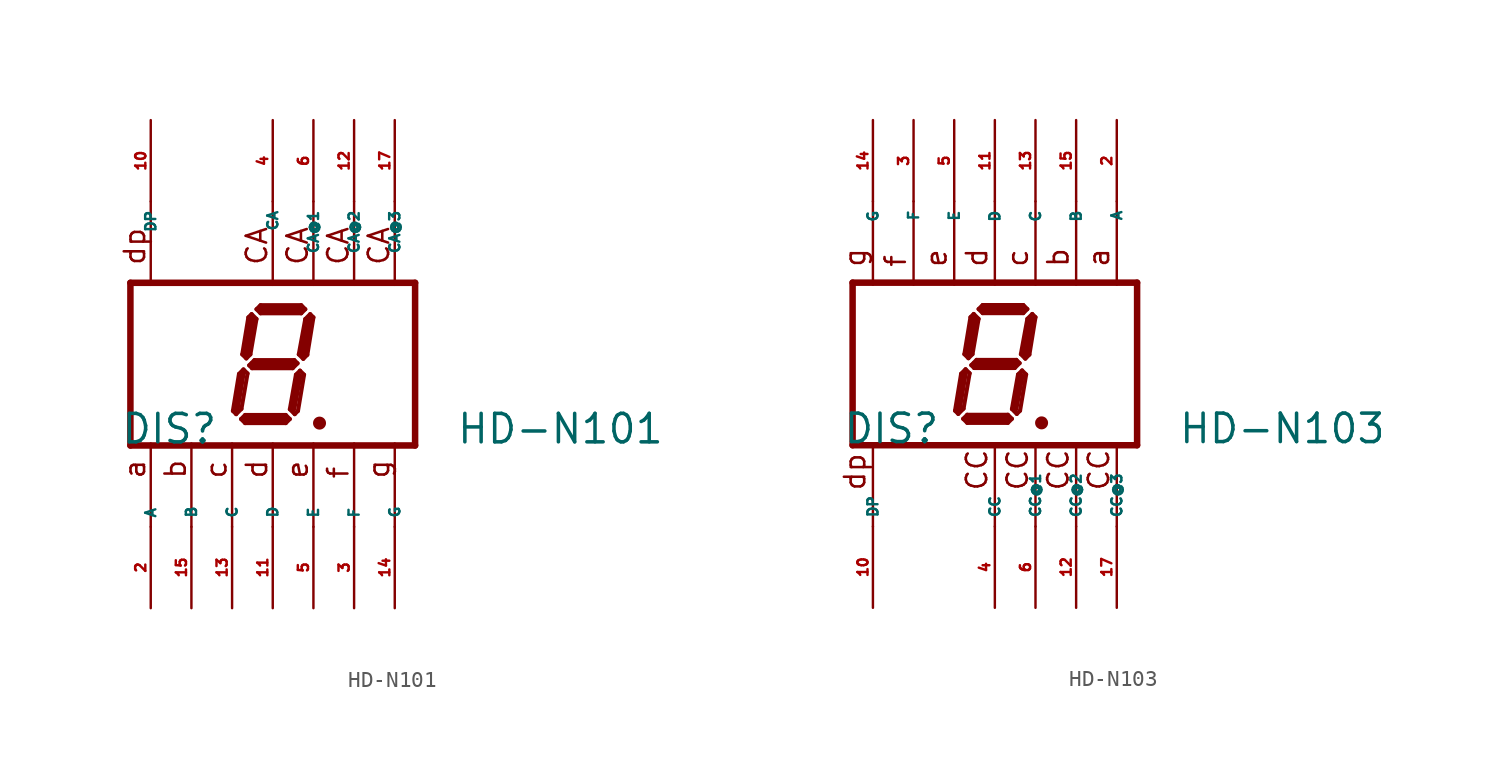
<source format=kicad_sym>
(kicad_symbol_lib
  (version 20220914)
  (generator Eagle2Kicad)
  (symbol "HD-N101"
    (property "Reference" "DIS"
      (at -9.525 -5.08 0)
      (effects (font (size 1.778 1.778) (thickness 0.22)) (justify left bottom)))
    (property "Value" "HD-N101"
      (at 11.43 -5.08 0)
      (effects (font (size 1.778 1.778) (thickness 0.22)) (justify left bottom)))
    (polyline
      (pts (xy 2.794 -3.683) (xy 3.048 -3.683))
      (stroke (width 0.305) (type default))
      (fill (type none)))
    (polyline
      (pts (xy 2.337 3.124) (xy 2.032 2.819))
      (stroke (width 0.254) (type default))
      (fill (type none)))
    (polyline
      (pts (xy 2.032 2.819) (xy 1.626 0.61))
      (stroke (width 0.254) (type default))
      (fill (type none)))
    (polyline
      (pts (xy 1.626 0.61) (xy 1.905 0.33))
      (stroke (width 0.254) (type default))
      (fill (type none)))
    (polyline
      (pts (xy 1.905 0.33) (xy 2.159 0.584))
      (stroke (width 0.254) (type default))
      (fill (type none)))
    (polyline
      (pts (xy 2.159 0.584) (xy 2.54 2.921))
      (stroke (width 0.254) (type default))
      (fill (type none)))
    (polyline
      (pts (xy 2.54 2.921) (xy 2.337 3.124))
      (stroke (width 0.254) (type default))
      (fill (type none)))
    (polyline
      (pts (xy 2.032 3.429) (xy 1.778 3.175))
      (stroke (width 0.254) (type default))
      (fill (type none)))
    (polyline
      (pts (xy 1.778 3.175) (xy -0.762 3.175))
      (stroke (width 0.254) (type default))
      (fill (type none)))
    (polyline
      (pts (xy -0.762 3.175) (xy -1.016 3.429))
      (stroke (width 0.254) (type default))
      (fill (type none)))
    (polyline
      (pts (xy -1.016 3.429) (xy -0.762 3.683))
      (stroke (width 0.254) (type default))
      (fill (type none)))
    (polyline
      (pts (xy -0.762 3.683) (xy 1.778 3.683))
      (stroke (width 0.254) (type default))
      (fill (type none)))
    (polyline
      (pts (xy 1.778 3.683) (xy 2.032 3.429))
      (stroke (width 0.254) (type default))
      (fill (type none)))
    (polyline
      (pts (xy -1.321 3.124) (xy -1.016 2.819))
      (stroke (width 0.254) (type default))
      (fill (type none)))
    (polyline
      (pts (xy -1.016 2.819) (xy -1.397 0.61))
      (stroke (width 0.254) (type default))
      (fill (type none)))
    (polyline
      (pts (xy -1.397 0.61) (xy -1.651 0.356))
      (stroke (width 0.254) (type default))
      (fill (type none)))
    (polyline
      (pts (xy -1.651 0.356) (xy -1.905 0.61))
      (stroke (width 0.254) (type default))
      (fill (type none)))
    (polyline
      (pts (xy -1.905 0.61) (xy -1.524 2.921))
      (stroke (width 0.254) (type default))
      (fill (type none)))
    (polyline
      (pts (xy -1.524 2.921) (xy -1.321 3.124))
      (stroke (width 0.254) (type default))
      (fill (type none)))
    (polyline
      (pts (xy -1.473 -0.076) (xy -1.143 0.254))
      (stroke (width 0.254) (type default))
      (fill (type none)))
    (polyline
      (pts (xy -1.143 0.254) (xy 1.346 0.254))
      (stroke (width 0.254) (type default))
      (fill (type none)))
    (polyline
      (pts (xy 1.346 0.254) (xy 1.549 0.051))
      (stroke (width 0.254) (type default))
      (fill (type none)))
    (polyline
      (pts (xy 1.549 0.051) (xy 1.245 -0.254))
      (stroke (width 0.254) (type default))
      (fill (type none)))
    (polyline
      (pts (xy 1.245 -0.254) (xy -1.295 -0.254))
      (stroke (width 0.254) (type default))
      (fill (type none)))
    (polyline
      (pts (xy -1.295 -0.254) (xy -1.473 -0.076))
      (stroke (width 0.254) (type default))
      (fill (type none)))
    (polyline
      (pts (xy -1.829 -0.33) (xy -1.575 -0.584))
      (stroke (width 0.254) (type default))
      (fill (type none)))
    (polyline
      (pts (xy -2.286 -3.124) (xy -1.956 -2.794))
      (stroke (width 0.254) (type default))
      (fill (type none)))
    (polyline
      (pts (xy -1.956 -2.794) (xy -1.575 -0.584))
      (stroke (width 0.254) (type default))
      (fill (type none)))
    (polyline
      (pts (xy -1.829 -0.33) (xy -2.108 -0.61))
      (stroke (width 0.254) (type default))
      (fill (type none)))
    (polyline
      (pts (xy -2.108 -0.61) (xy -2.489 -2.921))
      (stroke (width 0.254) (type default))
      (fill (type none)))
    (polyline
      (pts (xy -2.489 -2.921) (xy -2.286 -3.124))
      (stroke (width 0.254) (type default))
      (fill (type none)))
    (polyline
      (pts (xy -1.981 -3.429) (xy -1.727 -3.175))
      (stroke (width 0.254) (type default))
      (fill (type none)))
    (polyline
      (pts (xy -1.727 -3.175) (xy 0.813 -3.175))
      (stroke (width 0.254) (type default))
      (fill (type none)))
    (polyline
      (pts (xy 0.813 -3.175) (xy 1.067 -3.429))
      (stroke (width 0.254) (type default))
      (fill (type none)))
    (polyline
      (pts (xy 1.067 -3.429) (xy 0.813 -3.683))
      (stroke (width 0.254) (type default))
      (fill (type none)))
    (polyline
      (pts (xy 0.813 -3.683) (xy -1.727 -3.683))
      (stroke (width 0.254) (type default))
      (fill (type none)))
    (polyline
      (pts (xy -1.727 -3.683) (xy -1.981 -3.429))
      (stroke (width 0.254) (type default))
      (fill (type none)))
    (polyline
      (pts (xy 1.702 -0.406) (xy 1.448 -0.66))
      (stroke (width 0.254) (type default))
      (fill (type none)))
    (polyline
      (pts (xy 1.448 -0.66) (xy 1.067 -2.819))
      (stroke (width 0.254) (type default))
      (fill (type none)))
    (polyline
      (pts (xy 1.067 -2.819) (xy 1.372 -3.124))
      (stroke (width 0.254) (type default))
      (fill (type none)))
    (polyline
      (pts (xy 1.372 -3.124) (xy 1.575 -2.921))
      (stroke (width 0.254) (type default))
      (fill (type none)))
    (polyline
      (pts (xy 1.575 -2.921) (xy 1.956 -0.66))
      (stroke (width 0.254) (type default))
      (fill (type none)))
    (polyline
      (pts (xy 1.956 -0.66) (xy 1.702 -0.406))
      (stroke (width 0.254) (type default))
      (fill (type none)))
    (polyline
      (pts (xy 2.286 2.794) (xy 1.905 0.635))
      (stroke (width 0.406) (type default))
      (fill (type none)))
    (polyline
      (pts (xy 1.778 3.429) (xy -0.762 3.429))
      (stroke (width 0.406) (type default))
      (fill (type none)))
    (polyline
      (pts (xy -1.27 2.794) (xy -1.651 0.635))
      (stroke (width 0.406) (type default))
      (fill (type none)))
    (polyline
      (pts (xy -1.27 0) (xy 1.27 0))
      (stroke (width 0.406) (type default))
      (fill (type none)))
    (polyline
      (pts (xy 1.651 -0.762) (xy 1.27 -2.794))
      (stroke (width 0.406) (type default))
      (fill (type none)))
    (polyline
      (pts (xy 0.762 -3.429) (xy -1.651 -3.429))
      (stroke (width 0.406) (type default))
      (fill (type none)))
    (polyline
      (pts (xy -2.286 -2.921) (xy -1.905 -0.635))
      (stroke (width 0.406) (type default))
      (fill (type none)))
    (polyline
      (pts (xy -8.89 5.08) (xy 8.89 5.08))
      (stroke (width 0.406) (type default))
      (fill (type none)))
    (polyline
      (pts (xy 8.89 -5.08) (xy 8.89 5.08))
      (stroke (width 0.406) (type default))
      (fill (type none)))
    (polyline
      (pts (xy 8.89 -5.08) (xy -8.89 -5.08))
      (stroke (width 0.406) (type default))
      (fill (type none)))
    (polyline
      (pts (xy -8.89 5.08) (xy -8.89 -5.08))
      (stroke (width 0.406) (type default))
      (fill (type none)))
    (polyline
      (pts (xy 7.62 -4.953) (xy 7.62 -10.16))
      (stroke (width 0.152) (type default))
      (fill (type none)))
    (polyline
      (pts (xy 5.08 -4.953) (xy 5.08 -10.16))
      (stroke (width 0.152) (type default))
      (fill (type none)))
    (polyline
      (pts (xy 0 -4.953) (xy 0 -10.16))
      (stroke (width 0.152) (type default))
      (fill (type none)))
    (polyline
      (pts (xy -5.08 -4.953) (xy -5.08 -10.16))
      (stroke (width 0.152) (type default))
      (fill (type none)))
    (polyline
      (pts (xy -7.62 -4.953) (xy -7.62 -10.16))
      (stroke (width 0.152) (type default))
      (fill (type none)))
    (polyline
      (pts (xy 7.62 10.16) (xy 7.62 4.953))
      (stroke (width 0.152) (type default))
      (fill (type none)))
    (polyline
      (pts (xy -2.54 -4.953) (xy -2.54 -10.16))
      (stroke (width 0.152) (type default))
      (fill (type none)))
    (polyline
      (pts (xy 2.54 -4.953) (xy 2.54 -10.16))
      (stroke (width 0.152) (type default))
      (fill (type none)))
    (polyline
      (pts (xy -7.62 10.16) (xy -7.62 4.953))
      (stroke (width 0.152) (type default))
      (fill (type none)))
    (polyline
      (pts (xy 5.08 10.16) (xy 5.08 4.953))
      (stroke (width 0.152) (type default))
      (fill (type none)))
    (polyline
      (pts (xy 0 10.16) (xy 0 4.953))
      (stroke (width 0.152) (type default))
      (fill (type none)))
    (polyline
      (pts (xy 2.54 10.16) (xy 2.54 4.953))
      (stroke (width 0.152) (type default))
      (fill (type none)))
    (text "CA"
      (at 7.366 6.096 900)
      (effects (font (size 1.27 1.27) (thickness 0.16)) (justify left bottom)))
    (text "CA"
      (at 4.826 6.096 900)
      (effects (font (size 1.27 1.27) (thickness 0.16)) (justify left bottom)))
    (text "a"
      (at -7.874 -7.239 900)
      (effects (font (size 1.27 1.27) (thickness 0.16)) (justify left bottom)))
    (text "b"
      (at -5.334 -7.239 900)
      (effects (font (size 1.27 1.27) (thickness 0.16)) (justify left bottom)))
    (text "c"
      (at -2.794 -7.239 900)
      (effects (font (size 1.27 1.27) (thickness 0.16)) (justify left bottom)))
    (text "d"
      (at -0.254 -7.239 900)
      (effects (font (size 1.27 1.27) (thickness 0.16)) (justify left bottom)))
    (text "e"
      (at 2.286 -7.239 900)
      (effects (font (size 1.27 1.27) (thickness 0.16)) (justify left bottom)))
    (text "f"
      (at 4.826 -7.239 900)
      (effects (font (size 1.27 1.27) (thickness 0.16)) (justify left bottom)))
    (text "g"
      (at 7.366 -7.239 900)
      (effects (font (size 1.27 1.27) (thickness 0.16)) (justify left bottom)))
    (text "dp"
      (at -7.874 6.096 900)
      (effects (font (size 1.27 1.27) (thickness 0.16)) (justify left bottom)))
    (text "CA"
      (at -0.254 6.096 900)
      (effects (font (size 1.27 1.27) (thickness 0.16)) (justify left bottom)))
    (text "CA"
      (at 2.286 6.096 900)
      (effects (font (size 1.27 1.27) (thickness 0.16)) (justify left bottom)))
    (circle
      (center 2.921 -3.683)
      (radius 0.254)
      (stroke (width 0.305) (type default))
      (fill (type none)))
    (pin passive line
      (at -7.62 15.24 270)
      (length 5.08)
      (name "DP" (effects (font (size 0.635 0.635) (thickness 0.08)) (justify left bottom)))
      (number "10" (effects (font (size 0.635 0.635) (thickness 0.08)) (justify left bottom))))
    (pin passive line
      (at 5.08 -15.24 90)
      (length 5.08)
      (name "F" (effects (font (size 0.635 0.635) (thickness 0.08)) (justify left bottom)))
      (number "3" (effects (font (size 0.635 0.635) (thickness 0.08)) (justify left bottom))))
    (pin passive line
      (at 0 -15.24 90)
      (length 5.08)
      (name "D" (effects (font (size 0.635 0.635) (thickness 0.08)) (justify left bottom)))
      (number "11" (effects (font (size 0.635 0.635) (thickness 0.08)) (justify left bottom))))
    (pin passive line
      (at -5.08 -15.24 90)
      (length 5.08)
      (name "B" (effects (font (size 0.635 0.635) (thickness 0.08)) (justify left bottom)))
      (number "15" (effects (font (size 0.635 0.635) (thickness 0.08)) (justify left bottom))))
    (pin passive line
      (at -7.62 -15.24 90)
      (length 5.08)
      (name "A" (effects (font (size 0.635 0.635) (thickness 0.08)) (justify left bottom)))
      (number "2" (effects (font (size 0.635 0.635) (thickness 0.08)) (justify left bottom))))
    (pin passive line
      (at 0 15.24 270)
      (length 5.08)
      (name "CA" (effects (font (size 0.635 0.635) (thickness 0.08)) (justify left bottom)))
      (number "4" (effects (font (size 0.635 0.635) (thickness 0.08)) (justify left bottom))))
    (pin passive line
      (at -2.54 -15.24 90)
      (length 5.08)
      (name "C" (effects (font (size 0.635 0.635) (thickness 0.08)) (justify left bottom)))
      (number "13" (effects (font (size 0.635 0.635) (thickness 0.08)) (justify left bottom))))
    (pin passive line
      (at 2.54 -15.24 90)
      (length 5.08)
      (name "E" (effects (font (size 0.635 0.635) (thickness 0.08)) (justify left bottom)))
      (number "5" (effects (font (size 0.635 0.635) (thickness 0.08)) (justify left bottom))))
    (pin passive line
      (at 7.62 -15.24 90)
      (length 5.08)
      (name "G" (effects (font (size 0.635 0.635) (thickness 0.08)) (justify left bottom)))
      (number "14" (effects (font (size 0.635 0.635) (thickness 0.08)) (justify left bottom))))
    (pin passive line
      (at 2.54 15.24 270)
      (length 5.08)
      (name "CA@1" (effects (font (size 0.635 0.635) (thickness 0.08)) (justify left bottom)))
      (number "6" (effects (font (size 0.635 0.635) (thickness 0.08)) (justify left bottom))))
    (pin passive line
      (at 5.08 15.24 270)
      (length 5.08)
      (name "CA@2" (effects (font (size 0.635 0.635) (thickness 0.08)) (justify left bottom)))
      (number "12" (effects (font (size 0.635 0.635) (thickness 0.08)) (justify left bottom))))
    (pin passive line
      (at 7.62 15.24 270)
      (length 5.08)
      (name "CA@3" (effects (font (size 0.635 0.635) (thickness 0.08)) (justify left bottom)))
      (number "17" (effects (font (size 0.635 0.635) (thickness 0.08)) (justify left bottom)))))
  (symbol "HD-N103"
    (property "Reference" "DIS"
      (at -9.525 -5.08 0)
      (effects (font (size 1.778 1.778) (thickness 0.22)) (justify left bottom)))
    (property "Value" "HD-N103"
      (at 11.43 -5.08 0)
      (effects (font (size 1.778 1.778) (thickness 0.22)) (justify left bottom)))
    (polyline
      (pts (xy 2.794 -3.683) (xy 3.048 -3.683))
      (stroke (width 0.305) (type default))
      (fill (type none)))
    (polyline
      (pts (xy 2.337 3.124) (xy 2.032 2.819))
      (stroke (width 0.254) (type default))
      (fill (type none)))
    (polyline
      (pts (xy 2.032 2.819) (xy 1.626 0.61))
      (stroke (width 0.254) (type default))
      (fill (type none)))
    (polyline
      (pts (xy 1.626 0.61) (xy 1.905 0.33))
      (stroke (width 0.254) (type default))
      (fill (type none)))
    (polyline
      (pts (xy 1.905 0.33) (xy 2.159 0.584))
      (stroke (width 0.254) (type default))
      (fill (type none)))
    (polyline
      (pts (xy 2.159 0.584) (xy 2.54 2.921))
      (stroke (width 0.254) (type default))
      (fill (type none)))
    (polyline
      (pts (xy 2.54 2.921) (xy 2.337 3.124))
      (stroke (width 0.254) (type default))
      (fill (type none)))
    (polyline
      (pts (xy 2.032 3.429) (xy 1.778 3.175))
      (stroke (width 0.254) (type default))
      (fill (type none)))
    (polyline
      (pts (xy 1.778 3.175) (xy -0.762 3.175))
      (stroke (width 0.254) (type default))
      (fill (type none)))
    (polyline
      (pts (xy -0.762 3.175) (xy -1.016 3.429))
      (stroke (width 0.254) (type default))
      (fill (type none)))
    (polyline
      (pts (xy -1.016 3.429) (xy -0.762 3.683))
      (stroke (width 0.254) (type default))
      (fill (type none)))
    (polyline
      (pts (xy -0.762 3.683) (xy 1.778 3.683))
      (stroke (width 0.254) (type default))
      (fill (type none)))
    (polyline
      (pts (xy 1.778 3.683) (xy 2.032 3.429))
      (stroke (width 0.254) (type default))
      (fill (type none)))
    (polyline
      (pts (xy -1.321 3.124) (xy -1.016 2.819))
      (stroke (width 0.254) (type default))
      (fill (type none)))
    (polyline
      (pts (xy -1.016 2.819) (xy -1.397 0.61))
      (stroke (width 0.254) (type default))
      (fill (type none)))
    (polyline
      (pts (xy -1.397 0.61) (xy -1.651 0.356))
      (stroke (width 0.254) (type default))
      (fill (type none)))
    (polyline
      (pts (xy -1.651 0.356) (xy -1.905 0.61))
      (stroke (width 0.254) (type default))
      (fill (type none)))
    (polyline
      (pts (xy -1.905 0.61) (xy -1.524 2.921))
      (stroke (width 0.254) (type default))
      (fill (type none)))
    (polyline
      (pts (xy -1.524 2.921) (xy -1.321 3.124))
      (stroke (width 0.254) (type default))
      (fill (type none)))
    (polyline
      (pts (xy -1.473 -0.076) (xy -1.143 0.254))
      (stroke (width 0.254) (type default))
      (fill (type none)))
    (polyline
      (pts (xy -1.143 0.254) (xy 1.346 0.254))
      (stroke (width 0.254) (type default))
      (fill (type none)))
    (polyline
      (pts (xy 1.346 0.254) (xy 1.549 0.051))
      (stroke (width 0.254) (type default))
      (fill (type none)))
    (polyline
      (pts (xy 1.549 0.051) (xy 1.245 -0.254))
      (stroke (width 0.254) (type default))
      (fill (type none)))
    (polyline
      (pts (xy 1.245 -0.254) (xy -1.295 -0.254))
      (stroke (width 0.254) (type default))
      (fill (type none)))
    (polyline
      (pts (xy -1.295 -0.254) (xy -1.473 -0.076))
      (stroke (width 0.254) (type default))
      (fill (type none)))
    (polyline
      (pts (xy -1.829 -0.33) (xy -1.575 -0.584))
      (stroke (width 0.254) (type default))
      (fill (type none)))
    (polyline
      (pts (xy -2.286 -3.124) (xy -1.956 -2.794))
      (stroke (width 0.254) (type default))
      (fill (type none)))
    (polyline
      (pts (xy -1.956 -2.794) (xy -1.575 -0.584))
      (stroke (width 0.254) (type default))
      (fill (type none)))
    (polyline
      (pts (xy -1.829 -0.33) (xy -2.108 -0.61))
      (stroke (width 0.254) (type default))
      (fill (type none)))
    (polyline
      (pts (xy -2.108 -0.61) (xy -2.489 -2.921))
      (stroke (width 0.254) (type default))
      (fill (type none)))
    (polyline
      (pts (xy -2.489 -2.921) (xy -2.286 -3.124))
      (stroke (width 0.254) (type default))
      (fill (type none)))
    (polyline
      (pts (xy -1.981 -3.429) (xy -1.727 -3.175))
      (stroke (width 0.254) (type default))
      (fill (type none)))
    (polyline
      (pts (xy -1.727 -3.175) (xy 0.813 -3.175))
      (stroke (width 0.254) (type default))
      (fill (type none)))
    (polyline
      (pts (xy 0.813 -3.175) (xy 1.067 -3.429))
      (stroke (width 0.254) (type default))
      (fill (type none)))
    (polyline
      (pts (xy 1.067 -3.429) (xy 0.813 -3.683))
      (stroke (width 0.254) (type default))
      (fill (type none)))
    (polyline
      (pts (xy 0.813 -3.683) (xy -1.727 -3.683))
      (stroke (width 0.254) (type default))
      (fill (type none)))
    (polyline
      (pts (xy -1.727 -3.683) (xy -1.981 -3.429))
      (stroke (width 0.254) (type default))
      (fill (type none)))
    (polyline
      (pts (xy 1.702 -0.406) (xy 1.448 -0.66))
      (stroke (width 0.254) (type default))
      (fill (type none)))
    (polyline
      (pts (xy 1.448 -0.66) (xy 1.067 -2.819))
      (stroke (width 0.254) (type default))
      (fill (type none)))
    (polyline
      (pts (xy 1.067 -2.819) (xy 1.372 -3.124))
      (stroke (width 0.254) (type default))
      (fill (type none)))
    (polyline
      (pts (xy 1.372 -3.124) (xy 1.575 -2.921))
      (stroke (width 0.254) (type default))
      (fill (type none)))
    (polyline
      (pts (xy 1.575 -2.921) (xy 1.956 -0.66))
      (stroke (width 0.254) (type default))
      (fill (type none)))
    (polyline
      (pts (xy 1.956 -0.66) (xy 1.702 -0.406))
      (stroke (width 0.254) (type default))
      (fill (type none)))
    (polyline
      (pts (xy 2.286 2.794) (xy 1.905 0.635))
      (stroke (width 0.406) (type default))
      (fill (type none)))
    (polyline
      (pts (xy 1.778 3.429) (xy -0.762 3.429))
      (stroke (width 0.406) (type default))
      (fill (type none)))
    (polyline
      (pts (xy -1.27 2.794) (xy -1.651 0.635))
      (stroke (width 0.406) (type default))
      (fill (type none)))
    (polyline
      (pts (xy -1.27 0) (xy 1.27 0))
      (stroke (width 0.406) (type default))
      (fill (type none)))
    (polyline
      (pts (xy 1.651 -0.762) (xy 1.27 -2.794))
      (stroke (width 0.406) (type default))
      (fill (type none)))
    (polyline
      (pts (xy 0.762 -3.429) (xy -1.651 -3.429))
      (stroke (width 0.406) (type default))
      (fill (type none)))
    (polyline
      (pts (xy -2.286 -2.921) (xy -1.905 -0.635))
      (stroke (width 0.406) (type default))
      (fill (type none)))
    (polyline
      (pts (xy -8.89 5.08) (xy 8.89 5.08))
      (stroke (width 0.406) (type default))
      (fill (type none)))
    (polyline
      (pts (xy 8.89 -5.08) (xy 8.89 5.08))
      (stroke (width 0.406) (type default))
      (fill (type none)))
    (polyline
      (pts (xy 8.89 -5.08) (xy -8.89 -5.08))
      (stroke (width 0.406) (type default))
      (fill (type none)))
    (polyline
      (pts (xy -8.89 5.08) (xy -8.89 -5.08))
      (stroke (width 0.406) (type default))
      (fill (type none)))
    (polyline
      (pts (xy 5.08 4.953) (xy 5.08 10.16))
      (stroke (width 0.152) (type default))
      (fill (type none)))
    (polyline
      (pts (xy -7.62 4.953) (xy -7.62 10.16))
      (stroke (width 0.152) (type default))
      (fill (type none)))
    (polyline
      (pts (xy 0 4.953) (xy 0 10.16))
      (stroke (width 0.152) (type default))
      (fill (type none)))
    (polyline
      (pts (xy -5.08 4.953) (xy -5.08 10.16))
      (stroke (width 0.152) (type default))
      (fill (type none)))
    (polyline
      (pts (xy 7.62 4.953) (xy 7.62 10.16))
      (stroke (width 0.152) (type default))
      (fill (type none)))
    (polyline
      (pts (xy 7.62 -10.16) (xy 7.62 -4.953))
      (stroke (width 0.152) (type default))
      (fill (type none)))
    (polyline
      (pts (xy -2.54 4.953) (xy -2.54 10.16))
      (stroke (width 0.152) (type default))
      (fill (type none)))
    (polyline
      (pts (xy 2.54 4.953) (xy 2.54 10.16))
      (stroke (width 0.152) (type default))
      (fill (type none)))
    (polyline
      (pts (xy -7.62 -10.16) (xy -7.62 -4.953))
      (stroke (width 0.152) (type default))
      (fill (type none)))
    (polyline
      (pts (xy 5.08 -10.16) (xy 5.08 -4.953))
      (stroke (width 0.152) (type default))
      (fill (type none)))
    (polyline
      (pts (xy 0 -10.16) (xy 0 -4.953))
      (stroke (width 0.152) (type default))
      (fill (type none)))
    (polyline
      (pts (xy 2.54 -10.16) (xy 2.54 -4.953))
      (stroke (width 0.152) (type default))
      (fill (type none)))
    (text "CC"
      (at 4.699 -8.001 900)
      (effects (font (size 1.27 1.27) (thickness 0.16)) (justify left bottom)))
    (text "CC"
      (at 7.239 -8.001 900)
      (effects (font (size 1.27 1.27) (thickness 0.16)) (justify left bottom)))
    (text "dp"
      (at -8.001 -8.001 900)
      (effects (font (size 1.27 1.27) (thickness 0.16)) (justify left bottom)))
    (text "a"
      (at 7.239 5.969 900)
      (effects (font (size 1.27 1.27) (thickness 0.16)) (justify left bottom)))
    (text "b"
      (at 4.699 5.969 900)
      (effects (font (size 1.27 1.27) (thickness 0.16)) (justify left bottom)))
    (text "c"
      (at 2.159 5.969 900)
      (effects (font (size 1.27 1.27) (thickness 0.16)) (justify left bottom)))
    (text "d"
      (at -0.381 5.969 900)
      (effects (font (size 1.27 1.27) (thickness 0.16)) (justify left bottom)))
    (text "e"
      (at -2.921 5.969 900)
      (effects (font (size 1.27 1.27) (thickness 0.16)) (justify left bottom)))
    (text "f"
      (at -5.461 5.969 900)
      (effects (font (size 1.27 1.27) (thickness 0.16)) (justify left bottom)))
    (text "g"
      (at -8.001 5.969 900)
      (effects (font (size 1.27 1.27) (thickness 0.16)) (justify left bottom)))
    (text "CC"
      (at -0.381 -8.001 900)
      (effects (font (size 1.27 1.27) (thickness 0.16)) (justify left bottom)))
    (text "CC"
      (at 2.159 -8.001 900)
      (effects (font (size 1.27 1.27) (thickness 0.16)) (justify left bottom)))
    (circle
      (center 2.921 -3.683)
      (radius 0.254)
      (stroke (width 0.305) (type default))
      (fill (type none)))
    (pin passive line
      (at -7.62 15.24 270)
      (length 5.08)
      (name "G" (effects (font (size 0.635 0.635) (thickness 0.08)) (justify left bottom)))
      (number "14" (effects (font (size 0.635 0.635) (thickness 0.08)) (justify left bottom))))
    (pin passive line
      (at -5.08 15.24 270)
      (length 5.08)
      (name "F" (effects (font (size 0.635 0.635) (thickness 0.08)) (justify left bottom)))
      (number "3" (effects (font (size 0.635 0.635) (thickness 0.08)) (justify left bottom))))
    (pin passive line
      (at 0 15.24 270)
      (length 5.08)
      (name "D" (effects (font (size 0.635 0.635) (thickness 0.08)) (justify left bottom)))
      (number "11" (effects (font (size 0.635 0.635) (thickness 0.08)) (justify left bottom))))
    (pin passive line
      (at 5.08 15.24 270)
      (length 5.08)
      (name "B" (effects (font (size 0.635 0.635) (thickness 0.08)) (justify left bottom)))
      (number "15" (effects (font (size 0.635 0.635) (thickness 0.08)) (justify left bottom))))
    (pin passive line
      (at 7.62 15.24 270)
      (length 5.08)
      (name "A" (effects (font (size 0.635 0.635) (thickness 0.08)) (justify left bottom)))
      (number "2" (effects (font (size 0.635 0.635) (thickness 0.08)) (justify left bottom))))
    (pin passive line
      (at 2.54 -15.24 90)
      (length 5.08)
      (name "CC@1" (effects (font (size 0.635 0.635) (thickness 0.08)) (justify left bottom)))
      (number "6" (effects (font (size 0.635 0.635) (thickness 0.08)) (justify left bottom))))
    (pin passive line
      (at 2.54 15.24 270)
      (length 5.08)
      (name "C" (effects (font (size 0.635 0.635) (thickness 0.08)) (justify left bottom)))
      (number "13" (effects (font (size 0.635 0.635) (thickness 0.08)) (justify left bottom))))
    (pin passive line
      (at -2.54 15.24 270)
      (length 5.08)
      (name "E" (effects (font (size 0.635 0.635) (thickness 0.08)) (justify left bottom)))
      (number "5" (effects (font (size 0.635 0.635) (thickness 0.08)) (justify left bottom))))
    (pin passive line
      (at -7.62 -15.24 90)
      (length 5.08)
      (name "DP" (effects (font (size 0.635 0.635) (thickness 0.08)) (justify left bottom)))
      (number "10" (effects (font (size 0.635 0.635) (thickness 0.08)) (justify left bottom))))
    (pin passive line
      (at 0 -15.24 90)
      (length 5.08)
      (name "CC" (effects (font (size 0.635 0.635) (thickness 0.08)) (justify left bottom)))
      (number "4" (effects (font (size 0.635 0.635) (thickness 0.08)) (justify left bottom))))
    (pin passive line
      (at 5.08 -15.24 90)
      (length 5.08)
      (name "CC@2" (effects (font (size 0.635 0.635) (thickness 0.08)) (justify left bottom)))
      (number "12" (effects (font (size 0.635 0.635) (thickness 0.08)) (justify left bottom))))
    (pin passive line
      (at 7.62 -15.24 90)
      (length 5.08)
      (name "CC@3" (effects (font (size 0.635 0.635) (thickness 0.08)) (justify left bottom)))
      (number "17" (effects (font (size 0.635 0.635) (thickness 0.08)) (justify left bottom))))))
</source>
